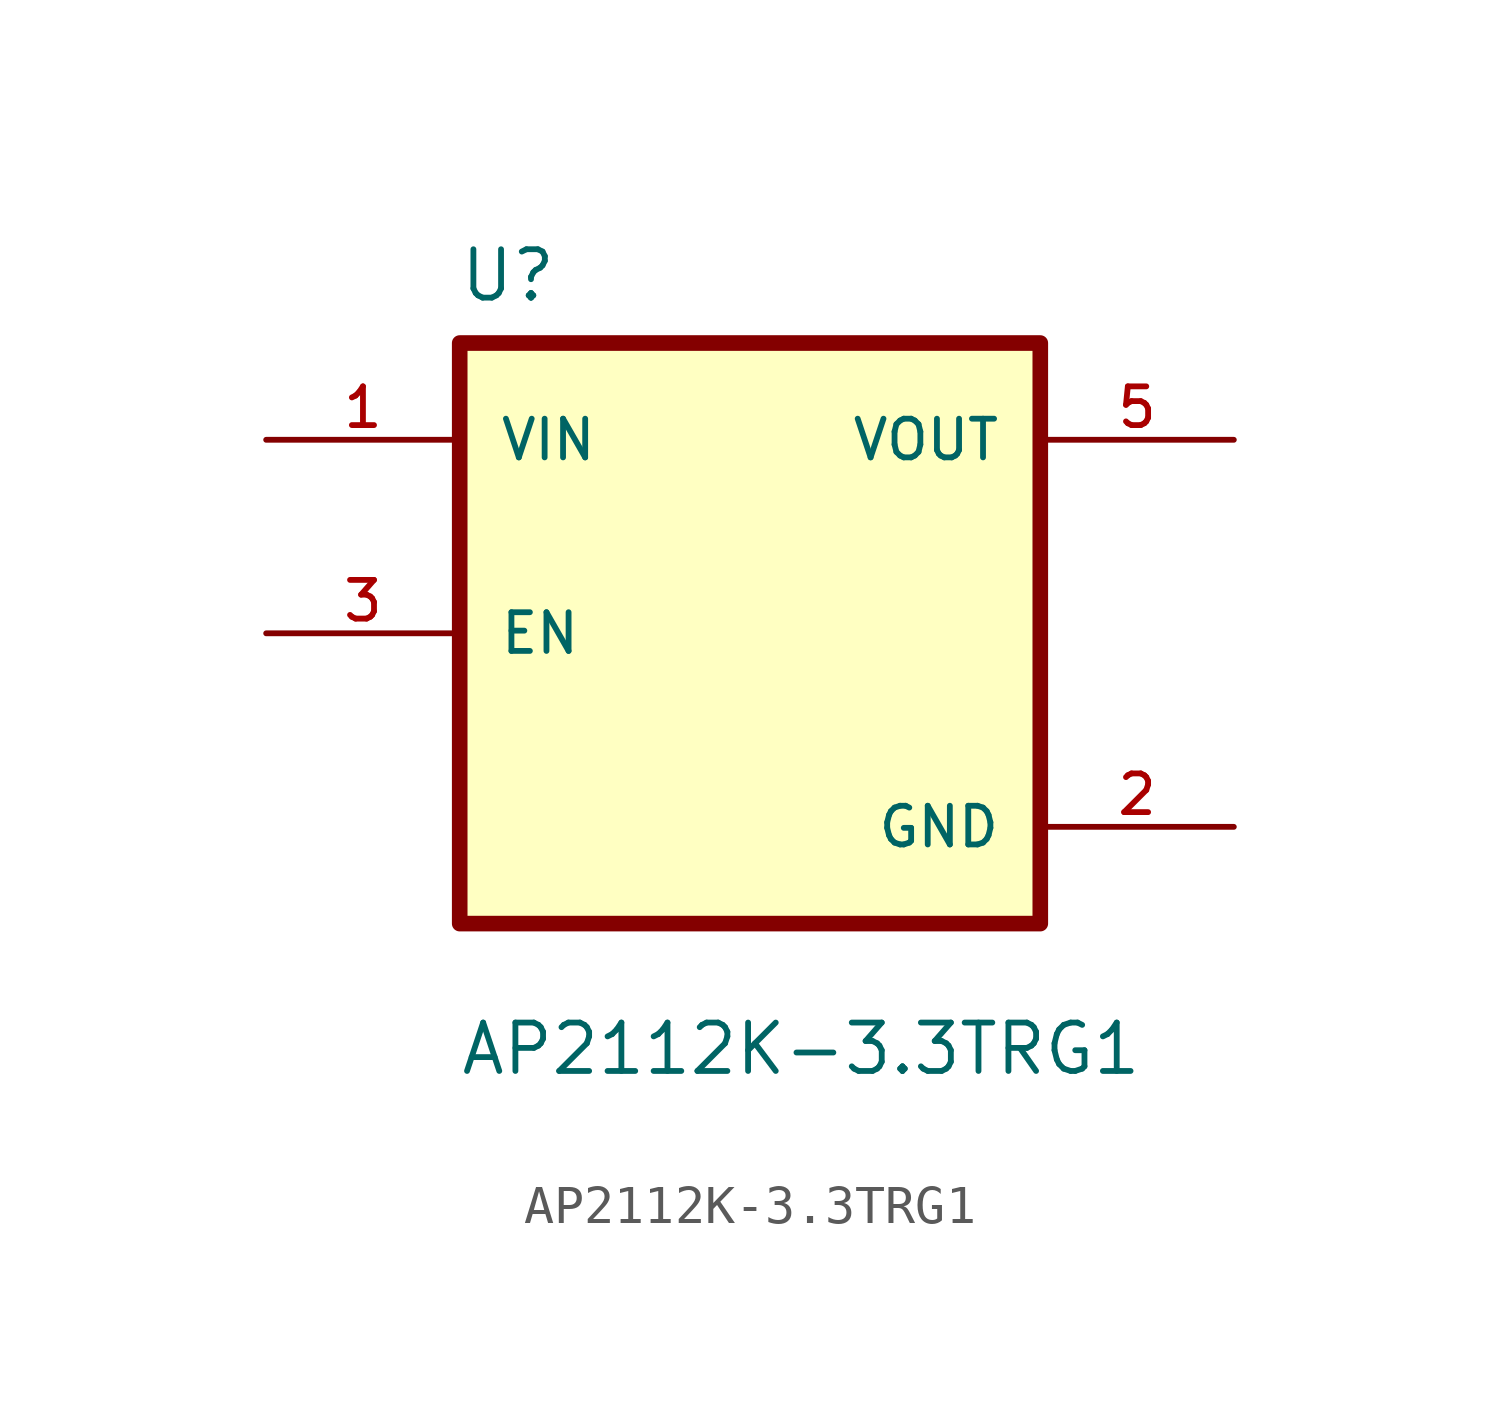
<source format=kicad_sym>
(kicad_symbol_lib
  (version 20220914)
  (generator kicad_symbol_editor)
  (symbol "AP2112K-3.3TRG1"
    (pin_names
      (offset 1.016))
    (property "Reference" "U"
      (at -7.663 8.648 0)
      (effects (font (size 1.27 1.27)) (justify left bottom)))
    (property "Value" "AP2112K-3.3TRG1"
      (at -7.649 -11.651 0)
      (effects (font (size 1.27 1.27)) (justify left bottom)))
    (symbol "AP2112K-3.3TRG1_0_0"
      (rectangle (start -7.62 -7.62) (end 7.62 7.62) (stroke (width 0.41) (type default)) (fill (type background)))
      (pin power_in line (at -12.7 5.08 0) (length 5.08) (name "VIN" (effects (font (size 1.016 1.016)))) (number "1" (effects (font (size 1.016 1.016)))))
      (pin power_in line (at 12.7 -5.08 180) (length 5.08) (name "GND" (effects (font (size 1.016 1.016)))) (number "2" (effects (font (size 1.016 1.016)))))
      (pin input line (at -12.7 0 0) (length 5.08) (name "EN" (effects (font (size 1.016 1.016)))) (number "3" (effects (font (size 1.016 1.016)))))
      (pin power_in line (at 12.7 5.08 180) (length 5.08) (name "VOUT" (effects (font (size 1.016 1.016)))) (number "5" (effects (font (size 1.016 1.016))))))))
</source>
